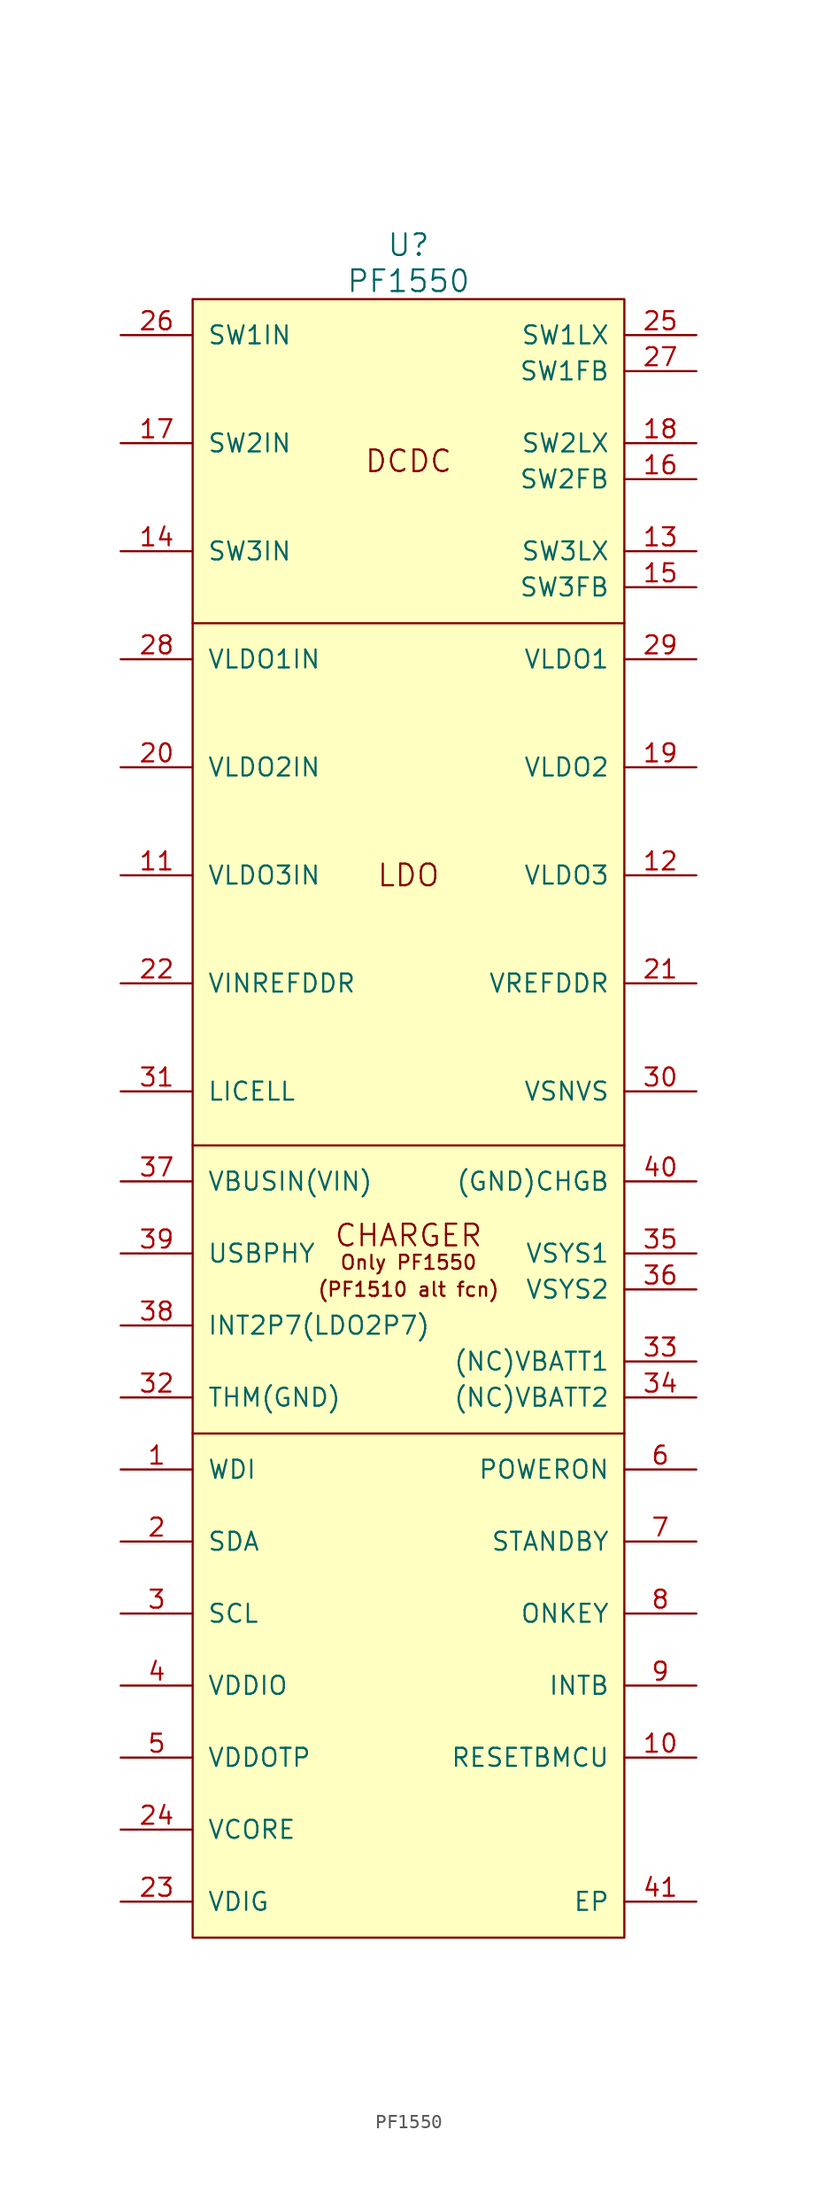
<source format=kicad_sym>
(kicad_symbol_lib
  (version 20231120)
  (generator "kicad_symbol_editor")
  (generator_version "8.0")
  (symbol "PF1550"
    (pin_names
      (offset 1.016))
    (property "Reference" "U"
      (at 0 3.81 0)
      (effects (font (size 1.524 1.524))))
    (property "Value" "PF1550"
      (at 0 1.27 0)
      (effects (font (size 1.524 1.524))))
    (property "Footprint" ""
      (at 2.54 -59.69 0)
      (effects (font (size 1.524 1.524))))
    (property "Datasheet" ""
      (at 2.54 -59.69 0)
      (effects (font (size 1.524 1.524))))
    (symbol "PF1550_0_0"
      (text "(PF1510 alt fcn)" (at 0 -69.85 0) (effects (font (size 0.991 0.991))))
      (text "CHARGER" (at 0 -66.04 0) (effects (font (size 1.524 1.524))))
      (text "DCDC" (at 0 -11.43 0) (effects (font (size 1.524 1.524))))
      (text "LDO" (at 0 -40.64 0) (effects (font (size 1.524 1.524))))
      (text "Only PF1550" (at 0 -67.945 0) (effects (font (size 0.991 0.991)))))
    (symbol "PF1550_0_1"
      (rectangle (start -15.24 0) (end 15.24 -115.57) (stroke (width 0) (type solid)) (fill (type background)))
      (polyline (pts (xy -15.24 -59.69) (xy 15.24 -59.69)) (stroke (width 0) (type solid)) (fill (type none)))
      (polyline (pts (xy -15.24 -22.86) (xy 15.24 -22.86)) (stroke (width 0) (type solid)) (fill (type none)))
      (polyline (pts (xy 15.24 -80.01) (xy -15.24 -80.01)) (stroke (width 0) (type solid)) (fill (type none))))
    (symbol "PF1550_1_1"
      (pin input line (at -20.32 -82.55 0) (length 5.08) (name "WDI" (effects (font (size 1.27 1.27)))) (number "1" (effects (font (size 1.27 1.27)))))
      (pin open_collector line (at 20.32 -102.87 180) (length 5.08) (name "RESETBMCU" (effects (font (size 1.27 1.27)))) (number "10" (effects (font (size 1.27 1.27)))))
      (pin power_in line (at -20.32 -40.64 0) (length 5.08) (name "VLDO3IN" (effects (font (size 1.27 1.27)))) (number "11" (effects (font (size 1.27 1.27)))))
      (pin power_out line (at 20.32 -40.64 180) (length 5.08) (name "VLDO3" (effects (font (size 1.27 1.27)))) (number "12" (effects (font (size 1.27 1.27)))))
      (pin power_out line (at 20.32 -17.78 180) (length 5.08) (name "SW3LX" (effects (font (size 1.27 1.27)))) (number "13" (effects (font (size 1.27 1.27)))))
      (pin power_in line (at -20.32 -17.78 0) (length 5.08) (name "SW3IN" (effects (font (size 1.27 1.27)))) (number "14" (effects (font (size 1.27 1.27)))))
      (pin input line (at 20.32 -20.32 180) (length 5.08) (name "SW3FB" (effects (font (size 1.27 1.27)))) (number "15" (effects (font (size 1.27 1.27)))))
      (pin input line (at 20.32 -12.7 180) (length 5.08) (name "SW2FB" (effects (font (size 1.27 1.27)))) (number "16" (effects (font (size 1.27 1.27)))))
      (pin power_in line (at -20.32 -10.16 0) (length 5.08) (name "SW2IN" (effects (font (size 1.27 1.27)))) (number "17" (effects (font (size 1.27 1.27)))))
      (pin power_out line (at 20.32 -10.16 180) (length 5.08) (name "SW2LX" (effects (font (size 1.27 1.27)))) (number "18" (effects (font (size 1.27 1.27)))))
      (pin power_out line (at 20.32 -33.02 180) (length 5.08) (name "VLDO2" (effects (font (size 1.27 1.27)))) (number "19" (effects (font (size 1.27 1.27)))))
      (pin tri_state line (at -20.32 -87.63 0) (length 5.08) (name "SDA" (effects (font (size 1.27 1.27)))) (number "2" (effects (font (size 1.27 1.27)))))
      (pin power_in line (at -20.32 -33.02 0) (length 5.08) (name "VLDO2IN" (effects (font (size 1.27 1.27)))) (number "20" (effects (font (size 1.27 1.27)))))
      (pin power_out line (at 20.32 -48.26 180) (length 5.08) (name "VREFDDR" (effects (font (size 1.27 1.27)))) (number "21" (effects (font (size 1.27 1.27)))))
      (pin power_in line (at -20.32 -48.26 0) (length 5.08) (name "VINREFDDR" (effects (font (size 1.27 1.27)))) (number "22" (effects (font (size 1.27 1.27)))))
      (pin power_in line (at -20.32 -113.03 0) (length 5.08) (name "VDIG" (effects (font (size 1.27 1.27)))) (number "23" (effects (font (size 1.27 1.27)))))
      (pin power_in line (at -20.32 -107.95 0) (length 5.08) (name "VCORE" (effects (font (size 1.27 1.27)))) (number "24" (effects (font (size 1.27 1.27)))))
      (pin power_out line (at 20.32 -2.54 180) (length 5.08) (name "SW1LX" (effects (font (size 1.27 1.27)))) (number "25" (effects (font (size 1.27 1.27)))))
      (pin power_in line (at -20.32 -2.54 0) (length 5.08) (name "SW1IN" (effects (font (size 1.27 1.27)))) (number "26" (effects (font (size 1.27 1.27)))))
      (pin input line (at 20.32 -5.08 180) (length 5.08) (name "SW1FB" (effects (font (size 1.27 1.27)))) (number "27" (effects (font (size 1.27 1.27)))))
      (pin power_in line (at -20.32 -25.4 0) (length 5.08) (name "VLDO1IN" (effects (font (size 1.27 1.27)))) (number "28" (effects (font (size 1.27 1.27)))))
      (pin power_out line (at 20.32 -25.4 180) (length 5.08) (name "VLDO1" (effects (font (size 1.27 1.27)))) (number "29" (effects (font (size 1.27 1.27)))))
      (pin tri_state line (at -20.32 -92.71 0) (length 5.08) (name "SCL" (effects (font (size 1.27 1.27)))) (number "3" (effects (font (size 1.27 1.27)))))
      (pin power_out line (at 20.32 -55.88 180) (length 5.08) (name "VSNVS" (effects (font (size 1.27 1.27)))) (number "30" (effects (font (size 1.27 1.27)))))
      (pin passive line (at -20.32 -55.88 0) (length 5.08) (name "LICELL" (effects (font (size 1.27 1.27)))) (number "31" (effects (font (size 1.27 1.27)))))
      (pin input line (at -20.32 -77.47 0) (length 5.08) (name "THM(GND)" (effects (font (size 1.27 1.27)))) (number "32" (effects (font (size 1.27 1.27)))))
      (pin input line (at 20.32 -74.93 180) (length 5.08) (name "(NC)VBATT1" (effects (font (size 1.27 1.27)))) (number "33" (effects (font (size 1.27 1.27)))))
      (pin input line (at 20.32 -77.47 180) (length 5.08) (name "(NC)VBATT2" (effects (font (size 1.27 1.27)))) (number "34" (effects (font (size 1.27 1.27)))))
      (pin power_out line (at 20.32 -67.31 180) (length 5.08) (name "VSYS1" (effects (font (size 1.27 1.27)))) (number "35" (effects (font (size 1.27 1.27)))))
      (pin power_out line (at 20.32 -69.85 180) (length 5.08) (name "VSYS2" (effects (font (size 1.27 1.27)))) (number "36" (effects (font (size 1.27 1.27)))))
      (pin power_in line (at -20.32 -62.23 0) (length 5.08) (name "VBUSIN(VIN)" (effects (font (size 1.27 1.27)))) (number "37" (effects (font (size 1.27 1.27)))))
      (pin power_out line (at -20.32 -72.39 0) (length 5.08) (name "INT2P7(LDO2P7)" (effects (font (size 1.27 1.27)))) (number "38" (effects (font (size 1.27 1.27)))))
      (pin power_out line (at -20.32 -67.31 0) (length 5.08) (name "USBPHY" (effects (font (size 1.27 1.27)))) (number "39" (effects (font (size 1.27 1.27)))))
      (pin power_in line (at -20.32 -97.79 0) (length 5.08) (name "VDDIO" (effects (font (size 1.27 1.27)))) (number "4" (effects (font (size 1.27 1.27)))))
      (pin input line (at 20.32 -62.23 180) (length 5.08) (name "(GND)CHGB" (effects (font (size 1.27 1.27)))) (number "40" (effects (font (size 1.27 1.27)))))
      (pin input line (at 20.32 -113.03 180) (length 5.08) (name "EP" (effects (font (size 1.27 1.27)))) (number "41" (effects (font (size 1.27 1.27)))))
      (pin power_in line (at -20.32 -102.87 0) (length 5.08) (name "VDDOTP" (effects (font (size 1.27 1.27)))) (number "5" (effects (font (size 1.27 1.27)))))
      (pin input line (at 20.32 -82.55 180) (length 5.08) (name "POWERON" (effects (font (size 1.27 1.27)))) (number "6" (effects (font (size 1.27 1.27)))))
      (pin input line (at 20.32 -87.63 180) (length 5.08) (name "STANDBY" (effects (font (size 1.27 1.27)))) (number "7" (effects (font (size 1.27 1.27)))))
      (pin input line (at 20.32 -92.71 180) (length 5.08) (name "ONKEY" (effects (font (size 1.27 1.27)))) (number "8" (effects (font (size 1.27 1.27)))))
      (pin open_collector line (at 20.32 -97.79 180) (length 5.08) (name "INTB" (effects (font (size 1.27 1.27)))) (number "9" (effects (font (size 1.27 1.27))))))))
</source>
